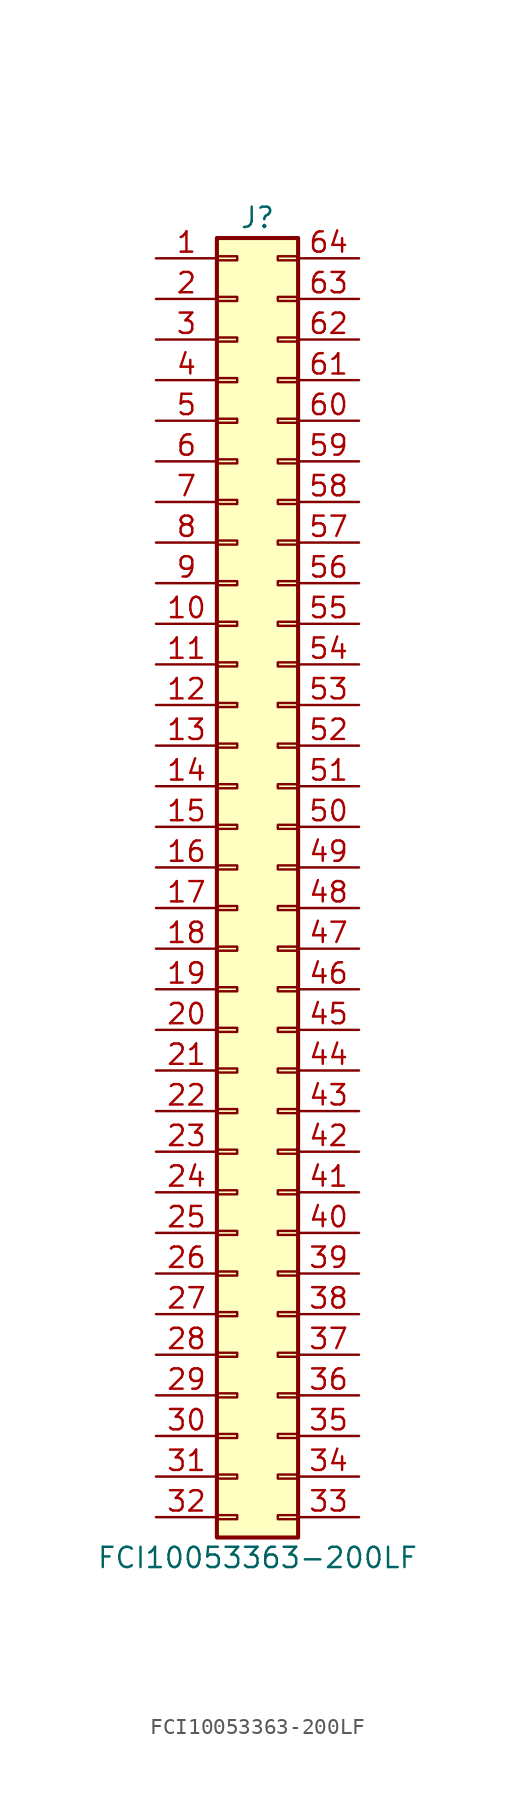
<source format=kicad_sym>
(kicad_symbol_lib
  (version 20201005)
  (generator kicad_symbol_editor)
  (symbol "proj_sym:FCI10053363-200LF"
    (pin_names
      (offset 1.016) hide)
    (property "Reference" "J"
      (at 1.27 40.64 0)
      (effects (font (size 1.27 1.27))))
    (property "Value" "FCI10053363-200LF"
      (at 1.27 -43.18 0)
      (effects (font (size 1.27 1.27))))
    (symbol "FCI10053363-200LF_1_1"
      (rectangle (start -1.27 -40.513) (end 0 -40.767) (stroke (width 0.152)) (fill (type none)))
      (rectangle (start -1.27 -37.973) (end 0 -38.227) (stroke (width 0.152)) (fill (type none)))
      (rectangle (start -1.27 -35.433) (end 0 -35.687) (stroke (width 0.152)) (fill (type none)))
      (rectangle (start -1.27 -32.893) (end 0 -33.147) (stroke (width 0.152)) (fill (type none)))
      (rectangle (start -1.27 -30.353) (end 0 -30.607) (stroke (width 0.152)) (fill (type none)))
      (rectangle (start -1.27 -27.813) (end 0 -28.067) (stroke (width 0.152)) (fill (type none)))
      (rectangle (start -1.27 -25.273) (end 0 -25.527) (stroke (width 0.152)) (fill (type none)))
      (rectangle (start -1.27 -22.733) (end 0 -22.987) (stroke (width 0.152)) (fill (type none)))
      (rectangle (start -1.27 -20.193) (end 0 -20.447) (stroke (width 0.152)) (fill (type none)))
      (rectangle (start -1.27 -17.653) (end 0 -17.907) (stroke (width 0.152)) (fill (type none)))
      (rectangle (start -1.27 -15.113) (end 0 -15.367) (stroke (width 0.152)) (fill (type none)))
      (rectangle (start -1.27 -12.573) (end 0 -12.827) (stroke (width 0.152)) (fill (type none)))
      (rectangle (start -1.27 -10.033) (end 0 -10.287) (stroke (width 0.152)) (fill (type none)))
      (rectangle (start -1.27 -7.493) (end 0 -7.747) (stroke (width 0.152)) (fill (type none)))
      (rectangle (start -1.27 -4.953) (end 0 -5.207) (stroke (width 0.152)) (fill (type none)))
      (rectangle (start -1.27 -2.413) (end 0 -2.667) (stroke (width 0.152)) (fill (type none)))
      (rectangle (start -1.27 0.127) (end 0 -0.127) (stroke (width 0.152)) (fill (type none)))
      (rectangle (start -1.27 2.667) (end 0 2.413) (stroke (width 0.152)) (fill (type none)))
      (rectangle (start -1.27 5.207) (end 0 4.953) (stroke (width 0.152)) (fill (type none)))
      (rectangle (start -1.27 7.747) (end 0 7.493) (stroke (width 0.152)) (fill (type none)))
      (rectangle (start -1.27 10.287) (end 0 10.033) (stroke (width 0.152)) (fill (type none)))
      (rectangle (start -1.27 12.827) (end 0 12.573) (stroke (width 0.152)) (fill (type none)))
      (rectangle (start -1.27 15.367) (end 0 15.113) (stroke (width 0.152)) (fill (type none)))
      (rectangle (start -1.27 17.907) (end 0 17.653) (stroke (width 0.152)) (fill (type none)))
      (rectangle (start -1.27 20.447) (end 0 20.193) (stroke (width 0.152)) (fill (type none)))
      (rectangle (start -1.27 22.987) (end 0 22.733) (stroke (width 0.152)) (fill (type none)))
      (rectangle (start -1.27 25.527) (end 0 25.273) (stroke (width 0.152)) (fill (type none)))
      (rectangle (start -1.27 28.067) (end 0 27.813) (stroke (width 0.152)) (fill (type none)))
      (rectangle (start -1.27 30.607) (end 0 30.353) (stroke (width 0.152)) (fill (type none)))
      (rectangle (start -1.27 33.147) (end 0 32.893) (stroke (width 0.152)) (fill (type none)))
      (rectangle (start -1.27 35.687) (end 0 35.433) (stroke (width 0.152)) (fill (type none)))
      (rectangle (start -1.27 38.227) (end 0 37.973) (stroke (width 0.152)) (fill (type none)))
      (rectangle (start 3.81 -40.513) (end 2.54 -40.767) (stroke (width 0.152)) (fill (type none)))
      (rectangle (start 3.81 -37.973) (end 2.54 -38.227) (stroke (width 0.152)) (fill (type none)))
      (rectangle (start 3.81 -35.433) (end 2.54 -35.687) (stroke (width 0.152)) (fill (type none)))
      (rectangle (start 3.81 -32.893) (end 2.54 -33.147) (stroke (width 0.152)) (fill (type none)))
      (rectangle (start 3.81 -30.353) (end 2.54 -30.607) (stroke (width 0.152)) (fill (type none)))
      (rectangle (start 3.81 -27.813) (end 2.54 -28.067) (stroke (width 0.152)) (fill (type none)))
      (rectangle (start 3.81 -25.273) (end 2.54 -25.527) (stroke (width 0.152)) (fill (type none)))
      (rectangle (start 3.81 -22.733) (end 2.54 -22.987) (stroke (width 0.152)) (fill (type none)))
      (rectangle (start 3.81 -20.193) (end 2.54 -20.447) (stroke (width 0.152)) (fill (type none)))
      (rectangle (start 3.81 -17.653) (end 2.54 -17.907) (stroke (width 0.152)) (fill (type none)))
      (rectangle (start 3.81 -15.113) (end 2.54 -15.367) (stroke (width 0.152)) (fill (type none)))
      (rectangle (start 3.81 -12.573) (end 2.54 -12.827) (stroke (width 0.152)) (fill (type none)))
      (rectangle (start 3.81 -10.033) (end 2.54 -10.287) (stroke (width 0.152)) (fill (type none)))
      (rectangle (start 3.81 -7.493) (end 2.54 -7.747) (stroke (width 0.152)) (fill (type none)))
      (rectangle (start 3.81 -4.953) (end 2.54 -5.207) (stroke (width 0.152)) (fill (type none)))
      (rectangle (start 3.81 -2.413) (end 2.54 -2.667) (stroke (width 0.152)) (fill (type none)))
      (rectangle (start 3.81 0.127) (end 2.54 -0.127) (stroke (width 0.152)) (fill (type none)))
      (rectangle (start 3.81 2.667) (end 2.54 2.413) (stroke (width 0.152)) (fill (type none)))
      (rectangle (start 3.81 5.207) (end 2.54 4.953) (stroke (width 0.152)) (fill (type none)))
      (rectangle (start 3.81 7.747) (end 2.54 7.493) (stroke (width 0.152)) (fill (type none)))
      (rectangle (start 3.81 10.287) (end 2.54 10.033) (stroke (width 0.152)) (fill (type none)))
      (rectangle (start 3.81 12.827) (end 2.54 12.573) (stroke (width 0.152)) (fill (type none)))
      (rectangle (start 3.81 15.367) (end 2.54 15.113) (stroke (width 0.152)) (fill (type none)))
      (rectangle (start 3.81 17.907) (end 2.54 17.653) (stroke (width 0.152)) (fill (type none)))
      (rectangle (start 3.81 20.447) (end 2.54 20.193) (stroke (width 0.152)) (fill (type none)))
      (rectangle (start 3.81 22.987) (end 2.54 22.733) (stroke (width 0.152)) (fill (type none)))
      (rectangle (start 3.81 25.527) (end 2.54 25.273) (stroke (width 0.152)) (fill (type none)))
      (rectangle (start 3.81 28.067) (end 2.54 27.813) (stroke (width 0.152)) (fill (type none)))
      (rectangle (start 3.81 30.607) (end 2.54 30.353) (stroke (width 0.152)) (fill (type none)))
      (rectangle (start 3.81 33.147) (end 2.54 32.893) (stroke (width 0.152)) (fill (type none)))
      (rectangle (start 3.81 35.687) (end 2.54 35.433) (stroke (width 0.152)) (fill (type none)))
      (rectangle (start 3.81 38.227) (end 2.54 37.973) (stroke (width 0.152)) (fill (type none)))
      (rectangle (start -1.27 39.37) (end 3.81 -41.91) (stroke (width 0.254)) (fill (type background)))
      (pin passive line (at -5.08 38.1 0) (length 3.81) (name "Pin_1" (effects (font (size 1.27 1.27)))) (number "1" (effects (font (size 1.27 1.27)))))
      (pin passive line (at -5.08 15.24 0) (length 3.81) (name "Pin_10" (effects (font (size 1.27 1.27)))) (number "10" (effects (font (size 1.27 1.27)))))
      (pin passive line (at -5.08 12.7 0) (length 3.81) (name "Pin_11" (effects (font (size 1.27 1.27)))) (number "11" (effects (font (size 1.27 1.27)))))
      (pin passive line (at -5.08 10.16 0) (length 3.81) (name "Pin_12" (effects (font (size 1.27 1.27)))) (number "12" (effects (font (size 1.27 1.27)))))
      (pin passive line (at -5.08 7.62 0) (length 3.81) (name "Pin_13" (effects (font (size 1.27 1.27)))) (number "13" (effects (font (size 1.27 1.27)))))
      (pin passive line (at -5.08 5.08 0) (length 3.81) (name "Pin_14" (effects (font (size 1.27 1.27)))) (number "14" (effects (font (size 1.27 1.27)))))
      (pin passive line (at -5.08 2.54 0) (length 3.81) (name "Pin_15" (effects (font (size 1.27 1.27)))) (number "15" (effects (font (size 1.27 1.27)))))
      (pin passive line (at -5.08 0 0) (length 3.81) (name "Pin_16" (effects (font (size 1.27 1.27)))) (number "16" (effects (font (size 1.27 1.27)))))
      (pin passive line (at -5.08 -2.54 0) (length 3.81) (name "Pin_17" (effects (font (size 1.27 1.27)))) (number "17" (effects (font (size 1.27 1.27)))))
      (pin passive line (at -5.08 -5.08 0) (length 3.81) (name "Pin_18" (effects (font (size 1.27 1.27)))) (number "18" (effects (font (size 1.27 1.27)))))
      (pin passive line (at -5.08 -7.62 0) (length 3.81) (name "Pin_19" (effects (font (size 1.27 1.27)))) (number "19" (effects (font (size 1.27 1.27)))))
      (pin passive line (at -5.08 35.56 0) (length 3.81) (name "Pin_2" (effects (font (size 1.27 1.27)))) (number "2" (effects (font (size 1.27 1.27)))))
      (pin passive line (at -5.08 -10.16 0) (length 3.81) (name "Pin_20" (effects (font (size 1.27 1.27)))) (number "20" (effects (font (size 1.27 1.27)))))
      (pin passive line (at -5.08 -12.7 0) (length 3.81) (name "Pin_21" (effects (font (size 1.27 1.27)))) (number "21" (effects (font (size 1.27 1.27)))))
      (pin passive line (at -5.08 -15.24 0) (length 3.81) (name "Pin_22" (effects (font (size 1.27 1.27)))) (number "22" (effects (font (size 1.27 1.27)))))
      (pin passive line (at -5.08 -17.78 0) (length 3.81) (name "Pin_23" (effects (font (size 1.27 1.27)))) (number "23" (effects (font (size 1.27 1.27)))))
      (pin passive line (at -5.08 -20.32 0) (length 3.81) (name "Pin_24" (effects (font (size 1.27 1.27)))) (number "24" (effects (font (size 1.27 1.27)))))
      (pin passive line (at -5.08 -22.86 0) (length 3.81) (name "Pin_25" (effects (font (size 1.27 1.27)))) (number "25" (effects (font (size 1.27 1.27)))))
      (pin passive line (at -5.08 -25.4 0) (length 3.81) (name "Pin_26" (effects (font (size 1.27 1.27)))) (number "26" (effects (font (size 1.27 1.27)))))
      (pin passive line (at -5.08 -27.94 0) (length 3.81) (name "Pin_27" (effects (font (size 1.27 1.27)))) (number "27" (effects (font (size 1.27 1.27)))))
      (pin passive line (at -5.08 -30.48 0) (length 3.81) (name "Pin_28" (effects (font (size 1.27 1.27)))) (number "28" (effects (font (size 1.27 1.27)))))
      (pin passive line (at -5.08 -33.02 0) (length 3.81) (name "Pin_29" (effects (font (size 1.27 1.27)))) (number "29" (effects (font (size 1.27 1.27)))))
      (pin passive line (at -5.08 33.02 0) (length 3.81) (name "Pin_3" (effects (font (size 1.27 1.27)))) (number "3" (effects (font (size 1.27 1.27)))))
      (pin passive line (at -5.08 -35.56 0) (length 3.81) (name "Pin_30" (effects (font (size 1.27 1.27)))) (number "30" (effects (font (size 1.27 1.27)))))
      (pin passive line (at -5.08 -38.1 0) (length 3.81) (name "Pin_31" (effects (font (size 1.27 1.27)))) (number "31" (effects (font (size 1.27 1.27)))))
      (pin passive line (at -5.08 -40.64 0) (length 3.81) (name "Pin_32" (effects (font (size 1.27 1.27)))) (number "32" (effects (font (size 1.27 1.27)))))
      (pin passive line (at 7.62 -40.64 180) (length 3.81) (name "Pin_33" (effects (font (size 1.27 1.27)))) (number "33" (effects (font (size 1.27 1.27)))))
      (pin passive line (at 7.62 -38.1 180) (length 3.81) (name "Pin_34" (effects (font (size 1.27 1.27)))) (number "34" (effects (font (size 1.27 1.27)))))
      (pin passive line (at 7.62 -35.56 180) (length 3.81) (name "Pin_35" (effects (font (size 1.27 1.27)))) (number "35" (effects (font (size 1.27 1.27)))))
      (pin passive line (at 7.62 -33.02 180) (length 3.81) (name "Pin_36" (effects (font (size 1.27 1.27)))) (number "36" (effects (font (size 1.27 1.27)))))
      (pin passive line (at 7.62 -30.48 180) (length 3.81) (name "Pin_37" (effects (font (size 1.27 1.27)))) (number "37" (effects (font (size 1.27 1.27)))))
      (pin passive line (at 7.62 -27.94 180) (length 3.81) (name "Pin_38" (effects (font (size 1.27 1.27)))) (number "38" (effects (font (size 1.27 1.27)))))
      (pin passive line (at 7.62 -25.4 180) (length 3.81) (name "Pin_39" (effects (font (size 1.27 1.27)))) (number "39" (effects (font (size 1.27 1.27)))))
      (pin passive line (at -5.08 30.48 0) (length 3.81) (name "Pin_4" (effects (font (size 1.27 1.27)))) (number "4" (effects (font (size 1.27 1.27)))))
      (pin passive line (at 7.62 -22.86 180) (length 3.81) (name "Pin_40" (effects (font (size 1.27 1.27)))) (number "40" (effects (font (size 1.27 1.27)))))
      (pin passive line (at 7.62 -20.32 180) (length 3.81) (name "Pin_41" (effects (font (size 1.27 1.27)))) (number "41" (effects (font (size 1.27 1.27)))))
      (pin passive line (at 7.62 -17.78 180) (length 3.81) (name "Pin_42" (effects (font (size 1.27 1.27)))) (number "42" (effects (font (size 1.27 1.27)))))
      (pin passive line (at 7.62 -15.24 180) (length 3.81) (name "Pin_43" (effects (font (size 1.27 1.27)))) (number "43" (effects (font (size 1.27 1.27)))))
      (pin passive line (at 7.62 -12.7 180) (length 3.81) (name "Pin_44" (effects (font (size 1.27 1.27)))) (number "44" (effects (font (size 1.27 1.27)))))
      (pin passive line (at 7.62 -10.16 180) (length 3.81) (name "Pin_45" (effects (font (size 1.27 1.27)))) (number "45" (effects (font (size 1.27 1.27)))))
      (pin passive line (at 7.62 -7.62 180) (length 3.81) (name "Pin_46" (effects (font (size 1.27 1.27)))) (number "46" (effects (font (size 1.27 1.27)))))
      (pin passive line (at 7.62 -5.08 180) (length 3.81) (name "Pin_47" (effects (font (size 1.27 1.27)))) (number "47" (effects (font (size 1.27 1.27)))))
      (pin passive line (at 7.62 -2.54 180) (length 3.81) (name "Pin_48" (effects (font (size 1.27 1.27)))) (number "48" (effects (font (size 1.27 1.27)))))
      (pin passive line (at 7.62 0 180) (length 3.81) (name "Pin_49" (effects (font (size 1.27 1.27)))) (number "49" (effects (font (size 1.27 1.27)))))
      (pin passive line (at -5.08 27.94 0) (length 3.81) (name "Pin_5" (effects (font (size 1.27 1.27)))) (number "5" (effects (font (size 1.27 1.27)))))
      (pin passive line (at 7.62 2.54 180) (length 3.81) (name "Pin_50" (effects (font (size 1.27 1.27)))) (number "50" (effects (font (size 1.27 1.27)))))
      (pin passive line (at 7.62 5.08 180) (length 3.81) (name "Pin_51" (effects (font (size 1.27 1.27)))) (number "51" (effects (font (size 1.27 1.27)))))
      (pin passive line (at 7.62 7.62 180) (length 3.81) (name "Pin_52" (effects (font (size 1.27 1.27)))) (number "52" (effects (font (size 1.27 1.27)))))
      (pin passive line (at 7.62 10.16 180) (length 3.81) (name "Pin_53" (effects (font (size 1.27 1.27)))) (number "53" (effects (font (size 1.27 1.27)))))
      (pin passive line (at 7.62 12.7 180) (length 3.81) (name "Pin_54" (effects (font (size 1.27 1.27)))) (number "54" (effects (font (size 1.27 1.27)))))
      (pin passive line (at 7.62 15.24 180) (length 3.81) (name "Pin_55" (effects (font (size 1.27 1.27)))) (number "55" (effects (font (size 1.27 1.27)))))
      (pin passive line (at 7.62 17.78 180) (length 3.81) (name "Pin_56" (effects (font (size 1.27 1.27)))) (number "56" (effects (font (size 1.27 1.27)))))
      (pin passive line (at 7.62 20.32 180) (length 3.81) (name "Pin_57" (effects (font (size 1.27 1.27)))) (number "57" (effects (font (size 1.27 1.27)))))
      (pin passive line (at 7.62 22.86 180) (length 3.81) (name "Pin_58" (effects (font (size 1.27 1.27)))) (number "58" (effects (font (size 1.27 1.27)))))
      (pin passive line (at 7.62 25.4 180) (length 3.81) (name "Pin_59" (effects (font (size 1.27 1.27)))) (number "59" (effects (font (size 1.27 1.27)))))
      (pin passive line (at -5.08 25.4 0) (length 3.81) (name "Pin_6" (effects (font (size 1.27 1.27)))) (number "6" (effects (font (size 1.27 1.27)))))
      (pin passive line (at 7.62 27.94 180) (length 3.81) (name "Pin_60" (effects (font (size 1.27 1.27)))) (number "60" (effects (font (size 1.27 1.27)))))
      (pin passive line (at 7.62 30.48 180) (length 3.81) (name "Pin_61" (effects (font (size 1.27 1.27)))) (number "61" (effects (font (size 1.27 1.27)))))
      (pin passive line (at 7.62 33.02 180) (length 3.81) (name "Pin_62" (effects (font (size 1.27 1.27)))) (number "62" (effects (font (size 1.27 1.27)))))
      (pin passive line (at 7.62 35.56 180) (length 3.81) (name "Pin_63" (effects (font (size 1.27 1.27)))) (number "63" (effects (font (size 1.27 1.27)))))
      (pin passive line (at 7.62 38.1 180) (length 3.81) (name "Pin_64" (effects (font (size 1.27 1.27)))) (number "64" (effects (font (size 1.27 1.27)))))
      (pin passive line (at -5.08 22.86 0) (length 3.81) (name "Pin_7" (effects (font (size 1.27 1.27)))) (number "7" (effects (font (size 1.27 1.27)))))
      (pin passive line (at -5.08 20.32 0) (length 3.81) (name "Pin_8" (effects (font (size 1.27 1.27)))) (number "8" (effects (font (size 1.27 1.27)))))
      (pin passive line (at -5.08 17.78 0) (length 3.81) (name "Pin_9" (effects (font (size 1.27 1.27)))) (number "9" (effects (font (size 1.27 1.27))))))))
</source>
